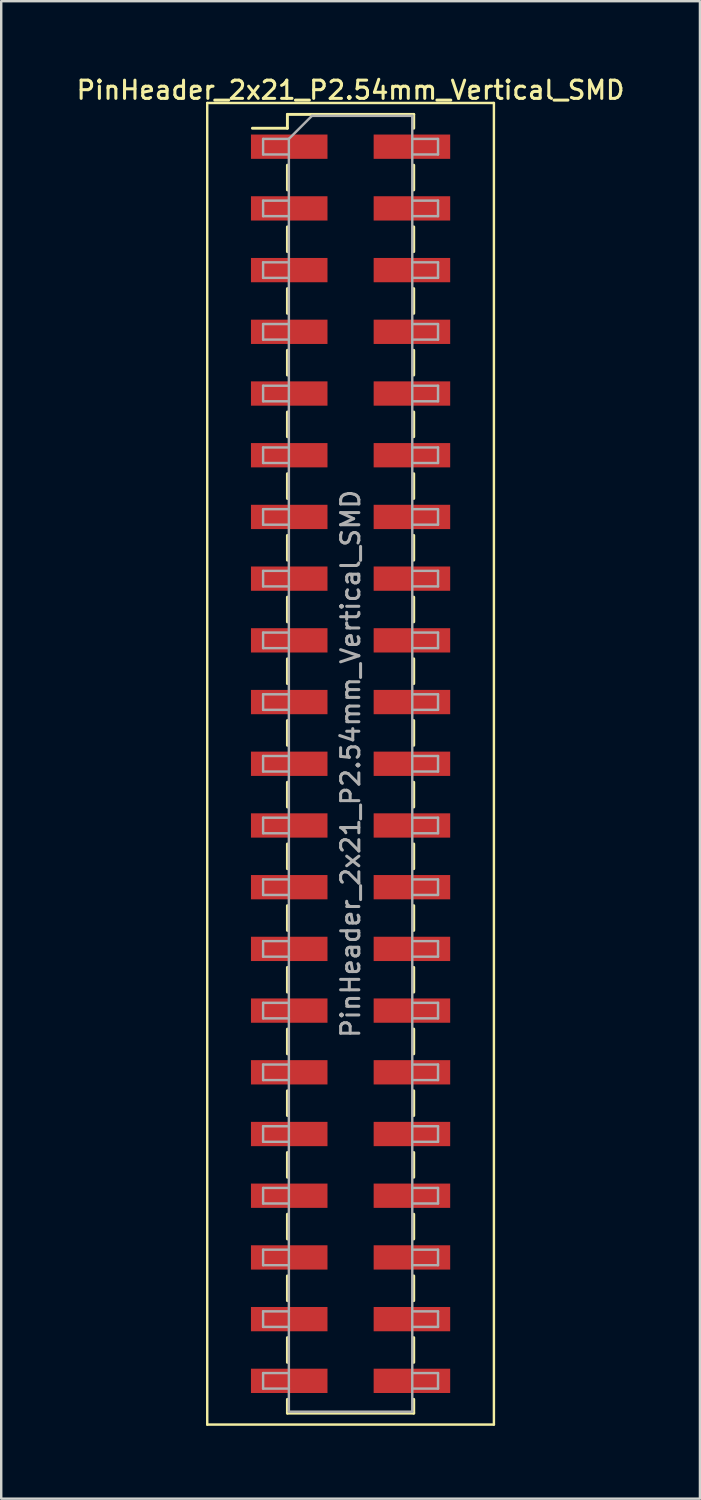
<source format=kicad_pcb>
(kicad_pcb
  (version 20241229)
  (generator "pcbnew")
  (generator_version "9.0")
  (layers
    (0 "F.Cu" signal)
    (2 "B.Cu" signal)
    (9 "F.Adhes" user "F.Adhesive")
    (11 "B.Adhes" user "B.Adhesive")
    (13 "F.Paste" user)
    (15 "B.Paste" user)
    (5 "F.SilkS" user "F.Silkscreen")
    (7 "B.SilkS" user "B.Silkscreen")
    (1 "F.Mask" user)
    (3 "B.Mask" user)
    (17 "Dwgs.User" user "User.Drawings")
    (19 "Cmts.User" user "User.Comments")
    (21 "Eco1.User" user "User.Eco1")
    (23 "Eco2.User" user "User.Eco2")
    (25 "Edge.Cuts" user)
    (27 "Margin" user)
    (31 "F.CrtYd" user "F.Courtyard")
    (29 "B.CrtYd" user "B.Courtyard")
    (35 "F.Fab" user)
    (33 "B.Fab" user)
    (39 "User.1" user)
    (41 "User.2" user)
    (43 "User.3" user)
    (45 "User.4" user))
  (footprint "PinHeader_2x21_P2.54mm_Vertical_SMD"
    (layer "F.Cu")
    (at 11.38 28.388)
    (property "Reference" "PinHeader_2x21_P2.54mm_Vertical_SMD" (at 0 -27.73 0) (layer "F.SilkS") (effects (font (size 0.75 0.75) (thickness 0.125))))
    (attr smd)
    (fp_line (start -5.9 -27.2) (end -5.9 27.2) (stroke (width 0.1) (type solid)) (layer "F.SilkS"))
    (fp_line (start -5.9 27.2) (end 5.9 27.2) (stroke (width 0.1) (type solid)) (layer "F.SilkS"))
    (fp_line (start -4.04 -26.16) (end -2.6 -26.16) (stroke (width 0.12) (type solid)) (layer "F.SilkS"))
    (fp_line (start -2.6 -26.73) (end -2.6 -26.16) (stroke (width 0.12) (type solid)) (layer "F.SilkS"))
    (fp_line (start -2.6 -26.73) (end 2.6 -26.73) (stroke (width 0.12) (type solid)) (layer "F.SilkS"))
    (fp_line (start -2.6 -24.64) (end -2.6 -23.62) (stroke (width 0.12) (type solid)) (layer "F.SilkS"))
    (fp_line (start -2.6 -22.1) (end -2.6 -21.08) (stroke (width 0.12) (type solid)) (layer "F.SilkS"))
    (fp_line (start -2.6 -19.56) (end -2.6 -18.54) (stroke (width 0.12) (type solid)) (layer "F.SilkS"))
    (fp_line (start -2.6 -17.02) (end -2.6 -16) (stroke (width 0.12) (type solid)) (layer "F.SilkS"))
    (fp_line (start -2.6 -14.48) (end -2.6 -13.46) (stroke (width 0.12) (type solid)) (layer "F.SilkS"))
    (fp_line (start -2.6 -11.94) (end -2.6 -10.92) (stroke (width 0.12) (type solid)) (layer "F.SilkS"))
    (fp_line (start -2.6 -9.4) (end -2.6 -8.38) (stroke (width 0.12) (type solid)) (layer "F.SilkS"))
    (fp_line (start -2.6 -6.86) (end -2.6 -5.84) (stroke (width 0.12) (type solid)) (layer "F.SilkS"))
    (fp_line (start -2.6 -4.32) (end -2.6 -3.3) (stroke (width 0.12) (type solid)) (layer "F.SilkS"))
    (fp_line (start -2.6 -1.78) (end -2.6 -0.76) (stroke (width 0.12) (type solid)) (layer "F.SilkS"))
    (fp_line (start -2.6 0.76) (end -2.6 1.78) (stroke (width 0.12) (type solid)) (layer "F.SilkS"))
    (fp_line (start -2.6 3.3) (end -2.6 4.32) (stroke (width 0.12) (type solid)) (layer "F.SilkS"))
    (fp_line (start -2.6 5.84) (end -2.6 6.86) (stroke (width 0.12) (type solid)) (layer "F.SilkS"))
    (fp_line (start -2.6 8.38) (end -2.6 9.4) (stroke (width 0.12) (type solid)) (layer "F.SilkS"))
    (fp_line (start -2.6 10.92) (end -2.6 11.94) (stroke (width 0.12) (type solid)) (layer "F.SilkS"))
    (fp_line (start -2.6 13.46) (end -2.6 14.48) (stroke (width 0.12) (type solid)) (layer "F.SilkS"))
    (fp_line (start -2.6 16) (end -2.6 17.02) (stroke (width 0.12) (type solid)) (layer "F.SilkS"))
    (fp_line (start -2.6 18.54) (end -2.6 19.56) (stroke (width 0.12) (type solid)) (layer "F.SilkS"))
    (fp_line (start -2.6 21.08) (end -2.6 22.1) (stroke (width 0.12) (type solid)) (layer "F.SilkS"))
    (fp_line (start -2.6 23.62) (end -2.6 24.64) (stroke (width 0.12) (type solid)) (layer "F.SilkS"))
    (fp_line (start -2.6 26.16) (end -2.6 26.73) (stroke (width 0.12) (type solid)) (layer "F.SilkS"))
    (fp_line (start -2.6 26.73) (end 2.6 26.73) (stroke (width 0.12) (type solid)) (layer "F.SilkS"))
    (fp_line (start 2.6 -26.73) (end 2.6 -26.16) (stroke (width 0.12) (type solid)) (layer "F.SilkS"))
    (fp_line (start 2.6 -24.64) (end 2.6 -23.62) (stroke (width 0.12) (type solid)) (layer "F.SilkS"))
    (fp_line (start 2.6 -22.1) (end 2.6 -21.08) (stroke (width 0.12) (type solid)) (layer "F.SilkS"))
    (fp_line (start 2.6 -19.56) (end 2.6 -18.54) (stroke (width 0.12) (type solid)) (layer "F.SilkS"))
    (fp_line (start 2.6 -17.02) (end 2.6 -16) (stroke (width 0.12) (type solid)) (layer "F.SilkS"))
    (fp_line (start 2.6 -14.48) (end 2.6 -13.46) (stroke (width 0.12) (type solid)) (layer "F.SilkS"))
    (fp_line (start 2.6 -11.94) (end 2.6 -10.92) (stroke (width 0.12) (type solid)) (layer "F.SilkS"))
    (fp_line (start 2.6 -9.4) (end 2.6 -8.38) (stroke (width 0.12) (type solid)) (layer "F.SilkS"))
    (fp_line (start 2.6 -6.86) (end 2.6 -5.84) (stroke (width 0.12) (type solid)) (layer "F.SilkS"))
    (fp_line (start 2.6 -4.32) (end 2.6 -3.3) (stroke (width 0.12) (type solid)) (layer "F.SilkS"))
    (fp_line (start 2.6 -1.78) (end 2.6 -0.76) (stroke (width 0.12) (type solid)) (layer "F.SilkS"))
    (fp_line (start 2.6 0.76) (end 2.6 1.78) (stroke (width 0.12) (type solid)) (layer "F.SilkS"))
    (fp_line (start 2.6 3.3) (end 2.6 4.32) (stroke (width 0.12) (type solid)) (layer "F.SilkS"))
    (fp_line (start 2.6 5.84) (end 2.6 6.86) (stroke (width 0.12) (type solid)) (layer "F.SilkS"))
    (fp_line (start 2.6 8.38) (end 2.6 9.4) (stroke (width 0.12) (type solid)) (layer "F.SilkS"))
    (fp_line (start 2.6 10.92) (end 2.6 11.94) (stroke (width 0.12) (type solid)) (layer "F.SilkS"))
    (fp_line (start 2.6 13.46) (end 2.6 14.48) (stroke (width 0.12) (type solid)) (layer "F.SilkS"))
    (fp_line (start 2.6 16) (end 2.6 17.02) (stroke (width 0.12) (type solid)) (layer "F.SilkS"))
    (fp_line (start 2.6 18.54) (end 2.6 19.56) (stroke (width 0.12) (type solid)) (layer "F.SilkS"))
    (fp_line (start 2.6 21.08) (end 2.6 22.1) (stroke (width 0.12) (type solid)) (layer "F.SilkS"))
    (fp_line (start 2.6 23.62) (end 2.6 24.64) (stroke (width 0.12) (type solid)) (layer "F.SilkS"))
    (fp_line (start 2.6 26.16) (end 2.6 26.73) (stroke (width 0.12) (type solid)) (layer "F.SilkS"))
    (fp_line (start 5.9 -27.2) (end -5.9 -27.2) (stroke (width 0.1) (type solid)) (layer "F.SilkS"))
    (fp_line (start 5.9 27.2) (end 5.9 -27.2) (stroke (width 0.1) (type solid)) (layer "F.SilkS"))
    (fp_line (start -3.6 -25.72) (end -3.6 -25.08) (stroke (width 0.1) (type solid)) (layer "F.Fab"))
    (fp_line (start -3.6 -25.08) (end -2.54 -25.08) (stroke (width 0.1) (type solid)) (layer "F.Fab"))
    (fp_line (start -3.6 -23.18) (end -3.6 -22.54) (stroke (width 0.1) (type solid)) (layer "F.Fab"))
    (fp_line (start -3.6 -22.54) (end -2.54 -22.54) (stroke (width 0.1) (type solid)) (layer "F.Fab"))
    (fp_line (start -3.6 -20.64) (end -3.6 -20) (stroke (width 0.1) (type solid)) (layer "F.Fab"))
    (fp_line (start -3.6 -20) (end -2.54 -20) (stroke (width 0.1) (type solid)) (layer "F.Fab"))
    (fp_line (start -3.6 -18.1) (end -3.6 -17.46) (stroke (width 0.1) (type solid)) (layer "F.Fab"))
    (fp_line (start -3.6 -17.46) (end -2.54 -17.46) (stroke (width 0.1) (type solid)) (layer "F.Fab"))
    (fp_line (start -3.6 -15.56) (end -3.6 -14.92) (stroke (width 0.1) (type solid)) (layer "F.Fab"))
    (fp_line (start -3.6 -14.92) (end -2.54 -14.92) (stroke (width 0.1) (type solid)) (layer "F.Fab"))
    (fp_line (start -3.6 -13.02) (end -3.6 -12.38) (stroke (width 0.1) (type solid)) (layer "F.Fab"))
    (fp_line (start -3.6 -12.38) (end -2.54 -12.38) (stroke (width 0.1) (type solid)) (layer "F.Fab"))
    (fp_line (start -3.6 -10.48) (end -3.6 -9.84) (stroke (width 0.1) (type solid)) (layer "F.Fab"))
    (fp_line (start -3.6 -9.84) (end -2.54 -9.84) (stroke (width 0.1) (type solid)) (layer "F.Fab"))
    (fp_line (start -3.6 -7.94) (end -3.6 -7.3) (stroke (width 0.1) (type solid)) (layer "F.Fab"))
    (fp_line (start -3.6 -7.3) (end -2.54 -7.3) (stroke (width 0.1) (type solid)) (layer "F.Fab"))
    (fp_line (start -3.6 -5.4) (end -3.6 -4.76) (stroke (width 0.1) (type solid)) (layer "F.Fab"))
    (fp_line (start -3.6 -4.76) (end -2.54 -4.76) (stroke (width 0.1) (type solid)) (layer "F.Fab"))
    (fp_line (start -3.6 -2.86) (end -3.6 -2.22) (stroke (width 0.1) (type solid)) (layer "F.Fab"))
    (fp_line (start -3.6 -2.22) (end -2.54 -2.22) (stroke (width 0.1) (type solid)) (layer "F.Fab"))
    (fp_line (start -3.6 -0.32) (end -3.6 0.32) (stroke (width 0.1) (type solid)) (layer "F.Fab"))
    (fp_line (start -3.6 0.32) (end -2.54 0.32) (stroke (width 0.1) (type solid)) (layer "F.Fab"))
    (fp_line (start -3.6 2.22) (end -3.6 2.86) (stroke (width 0.1) (type solid)) (layer "F.Fab"))
    (fp_line (start -3.6 2.86) (end -2.54 2.86) (stroke (width 0.1) (type solid)) (layer "F.Fab"))
    (fp_line (start -3.6 4.76) (end -3.6 5.4) (stroke (width 0.1) (type solid)) (layer "F.Fab"))
    (fp_line (start -3.6 5.4) (end -2.54 5.4) (stroke (width 0.1) (type solid)) (layer "F.Fab"))
    (fp_line (start -3.6 7.3) (end -3.6 7.94) (stroke (width 0.1) (type solid)) (layer "F.Fab"))
    (fp_line (start -3.6 7.94) (end -2.54 7.94) (stroke (width 0.1) (type solid)) (layer "F.Fab"))
    (fp_line (start -3.6 9.84) (end -3.6 10.48) (stroke (width 0.1) (type solid)) (layer "F.Fab"))
    (fp_line (start -3.6 10.48) (end -2.54 10.48) (stroke (width 0.1) (type solid)) (layer "F.Fab"))
    (fp_line (start -3.6 12.38) (end -3.6 13.02) (stroke (width 0.1) (type solid)) (layer "F.Fab"))
    (fp_line (start -3.6 13.02) (end -2.54 13.02) (stroke (width 0.1) (type solid)) (layer "F.Fab"))
    (fp_line (start -3.6 14.92) (end -3.6 15.56) (stroke (width 0.1) (type solid)) (layer "F.Fab"))
    (fp_line (start -3.6 15.56) (end -2.54 15.56) (stroke (width 0.1) (type solid)) (layer "F.Fab"))
    (fp_line (start -3.6 17.46) (end -3.6 18.1) (stroke (width 0.1) (type solid)) (layer "F.Fab"))
    (fp_line (start -3.6 18.1) (end -2.54 18.1) (stroke (width 0.1) (type solid)) (layer "F.Fab"))
    (fp_line (start -3.6 20) (end -3.6 20.64) (stroke (width 0.1) (type solid)) (layer "F.Fab"))
    (fp_line (start -3.6 20.64) (end -2.54 20.64) (stroke (width 0.1) (type solid)) (layer "F.Fab"))
    (fp_line (start -3.6 22.54) (end -3.6 23.18) (stroke (width 0.1) (type solid)) (layer "F.Fab"))
    (fp_line (start -3.6 23.18) (end -2.54 23.18) (stroke (width 0.1) (type solid)) (layer "F.Fab"))
    (fp_line (start -3.6 25.08) (end -3.6 25.72) (stroke (width 0.1) (type solid)) (layer "F.Fab"))
    (fp_line (start -3.6 25.72) (end -2.54 25.72) (stroke (width 0.1) (type solid)) (layer "F.Fab"))
    (fp_line (start -2.54 -25.72) (end -3.6 -25.72) (stroke (width 0.1) (type solid)) (layer "F.Fab"))
    (fp_line (start -2.54 -25.72) (end -1.59 -26.67) (stroke (width 0.1) (type solid)) (layer "F.Fab"))
    (fp_line (start -2.54 -23.18) (end -3.6 -23.18) (stroke (width 0.1) (type solid)) (layer "F.Fab"))
    (fp_line (start -2.54 -20.64) (end -3.6 -20.64) (stroke (width 0.1) (type solid)) (layer "F.Fab"))
    (fp_line (start -2.54 -18.1) (end -3.6 -18.1) (stroke (width 0.1) (type solid)) (layer "F.Fab"))
    (fp_line (start -2.54 -15.56) (end -3.6 -15.56) (stroke (width 0.1) (type solid)) (layer "F.Fab"))
    (fp_line (start -2.54 -13.02) (end -3.6 -13.02) (stroke (width 0.1) (type solid)) (layer "F.Fab"))
    (fp_line (start -2.54 -10.48) (end -3.6 -10.48) (stroke (width 0.1) (type solid)) (layer "F.Fab"))
    (fp_line (start -2.54 -7.94) (end -3.6 -7.94) (stroke (width 0.1) (type solid)) (layer "F.Fab"))
    (fp_line (start -2.54 -5.4) (end -3.6 -5.4) (stroke (width 0.1) (type solid)) (layer "F.Fab"))
    (fp_line (start -2.54 -2.86) (end -3.6 -2.86) (stroke (width 0.1) (type solid)) (layer "F.Fab"))
    (fp_line (start -2.54 -0.32) (end -3.6 -0.32) (stroke (width 0.1) (type solid)) (layer "F.Fab"))
    (fp_line (start -2.54 2.22) (end -3.6 2.22) (stroke (width 0.1) (type solid)) (layer "F.Fab"))
    (fp_line (start -2.54 4.76) (end -3.6 4.76) (stroke (width 0.1) (type solid)) (layer "F.Fab"))
    (fp_line (start -2.54 7.3) (end -3.6 7.3) (stroke (width 0.1) (type solid)) (layer "F.Fab"))
    (fp_line (start -2.54 9.84) (end -3.6 9.84) (stroke (width 0.1) (type solid)) (layer "F.Fab"))
    (fp_line (start -2.54 12.38) (end -3.6 12.38) (stroke (width 0.1) (type solid)) (layer "F.Fab"))
    (fp_line (start -2.54 14.92) (end -3.6 14.92) (stroke (width 0.1) (type solid)) (layer "F.Fab"))
    (fp_line (start -2.54 17.46) (end -3.6 17.46) (stroke (width 0.1) (type solid)) (layer "F.Fab"))
    (fp_line (start -2.54 20) (end -3.6 20) (stroke (width 0.1) (type solid)) (layer "F.Fab"))
    (fp_line (start -2.54 22.54) (end -3.6 22.54) (stroke (width 0.1) (type solid)) (layer "F.Fab"))
    (fp_line (start -2.54 25.08) (end -3.6 25.08) (stroke (width 0.1) (type solid)) (layer "F.Fab"))
    (fp_line (start -2.54 26.67) (end -2.54 -25.72) (stroke (width 0.1) (type solid)) (layer "F.Fab"))
    (fp_line (start -1.59 -26.67) (end 2.54 -26.67) (stroke (width 0.1) (type solid)) (layer "F.Fab"))
    (fp_line (start 2.54 -26.67) (end 2.54 26.67) (stroke (width 0.1) (type solid)) (layer "F.Fab"))
    (fp_line (start 2.54 -25.72) (end 3.6 -25.72) (stroke (width 0.1) (type solid)) (layer "F.Fab"))
    (fp_line (start 2.54 -23.18) (end 3.6 -23.18) (stroke (width 0.1) (type solid)) (layer "F.Fab"))
    (fp_line (start 2.54 -20.64) (end 3.6 -20.64) (stroke (width 0.1) (type solid)) (layer "F.Fab"))
    (fp_line (start 2.54 -18.1) (end 3.6 -18.1) (stroke (width 0.1) (type solid)) (layer "F.Fab"))
    (fp_line (start 2.54 -15.56) (end 3.6 -15.56) (stroke (width 0.1) (type solid)) (layer "F.Fab"))
    (fp_line (start 2.54 -13.02) (end 3.6 -13.02) (stroke (width 0.1) (type solid)) (layer "F.Fab"))
    (fp_line (start 2.54 -10.48) (end 3.6 -10.48) (stroke (width 0.1) (type solid)) (layer "F.Fab"))
    (fp_line (start 2.54 -7.94) (end 3.6 -7.94) (stroke (width 0.1) (type solid)) (layer "F.Fab"))
    (fp_line (start 2.54 -5.4) (end 3.6 -5.4) (stroke (width 0.1) (type solid)) (layer "F.Fab"))
    (fp_line (start 2.54 -2.86) (end 3.6 -2.86) (stroke (width 0.1) (type solid)) (layer "F.Fab"))
    (fp_line (start 2.54 -0.32) (end 3.6 -0.32) (stroke (width 0.1) (type solid)) (layer "F.Fab"))
    (fp_line (start 2.54 2.22) (end 3.6 2.22) (stroke (width 0.1) (type solid)) (layer "F.Fab"))
    (fp_line (start 2.54 4.76) (end 3.6 4.76) (stroke (width 0.1) (type solid)) (layer "F.Fab"))
    (fp_line (start 2.54 7.3) (end 3.6 7.3) (stroke (width 0.1) (type solid)) (layer "F.Fab"))
    (fp_line (start 2.54 9.84) (end 3.6 9.84) (stroke (width 0.1) (type solid)) (layer "F.Fab"))
    (fp_line (start 2.54 12.38) (end 3.6 12.38) (stroke (width 0.1) (type solid)) (layer "F.Fab"))
    (fp_line (start 2.54 14.92) (end 3.6 14.92) (stroke (width 0.1) (type solid)) (layer "F.Fab"))
    (fp_line (start 2.54 17.46) (end 3.6 17.46) (stroke (width 0.1) (type solid)) (layer "F.Fab"))
    (fp_line (start 2.54 20) (end 3.6 20) (stroke (width 0.1) (type solid)) (layer "F.Fab"))
    (fp_line (start 2.54 22.54) (end 3.6 22.54) (stroke (width 0.1) (type solid)) (layer "F.Fab"))
    (fp_line (start 2.54 25.08) (end 3.6 25.08) (stroke (width 0.1) (type solid)) (layer "F.Fab"))
    (fp_line (start 2.54 26.67) (end -2.54 26.67) (stroke (width 0.1) (type solid)) (layer "F.Fab"))
    (fp_line (start 3.6 -25.72) (end 3.6 -25.08) (stroke (width 0.1) (type solid)) (layer "F.Fab"))
    (fp_line (start 3.6 -25.08) (end 2.54 -25.08) (stroke (width 0.1) (type solid)) (layer "F.Fab"))
    (fp_line (start 3.6 -23.18) (end 3.6 -22.54) (stroke (width 0.1) (type solid)) (layer "F.Fab"))
    (fp_line (start 3.6 -22.54) (end 2.54 -22.54) (stroke (width 0.1) (type solid)) (layer "F.Fab"))
    (fp_line (start 3.6 -20.64) (end 3.6 -20) (stroke (width 0.1) (type solid)) (layer "F.Fab"))
    (fp_line (start 3.6 -20) (end 2.54 -20) (stroke (width 0.1) (type solid)) (layer "F.Fab"))
    (fp_line (start 3.6 -18.1) (end 3.6 -17.46) (stroke (width 0.1) (type solid)) (layer "F.Fab"))
    (fp_line (start 3.6 -17.46) (end 2.54 -17.46) (stroke (width 0.1) (type solid)) (layer "F.Fab"))
    (fp_line (start 3.6 -15.56) (end 3.6 -14.92) (stroke (width 0.1) (type solid)) (layer "F.Fab"))
    (fp_line (start 3.6 -14.92) (end 2.54 -14.92) (stroke (width 0.1) (type solid)) (layer "F.Fab"))
    (fp_line (start 3.6 -13.02) (end 3.6 -12.38) (stroke (width 0.1) (type solid)) (layer "F.Fab"))
    (fp_line (start 3.6 -12.38) (end 2.54 -12.38) (stroke (width 0.1) (type solid)) (layer "F.Fab"))
    (fp_line (start 3.6 -10.48) (end 3.6 -9.84) (stroke (width 0.1) (type solid)) (layer "F.Fab"))
    (fp_line (start 3.6 -9.84) (end 2.54 -9.84) (stroke (width 0.1) (type solid)) (layer "F.Fab"))
    (fp_line (start 3.6 -7.94) (end 3.6 -7.3) (stroke (width 0.1) (type solid)) (layer "F.Fab"))
    (fp_line (start 3.6 -7.3) (end 2.54 -7.3) (stroke (width 0.1) (type solid)) (layer "F.Fab"))
    (fp_line (start 3.6 -5.4) (end 3.6 -4.76) (stroke (width 0.1) (type solid)) (layer "F.Fab"))
    (fp_line (start 3.6 -4.76) (end 2.54 -4.76) (stroke (width 0.1) (type solid)) (layer "F.Fab"))
    (fp_line (start 3.6 -2.86) (end 3.6 -2.22) (stroke (width 0.1) (type solid)) (layer "F.Fab"))
    (fp_line (start 3.6 -2.22) (end 2.54 -2.22) (stroke (width 0.1) (type solid)) (layer "F.Fab"))
    (fp_line (start 3.6 -0.32) (end 3.6 0.32) (stroke (width 0.1) (type solid)) (layer "F.Fab"))
    (fp_line (start 3.6 0.32) (end 2.54 0.32) (stroke (width 0.1) (type solid)) (layer "F.Fab"))
    (fp_line (start 3.6 2.22) (end 3.6 2.86) (stroke (width 0.1) (type solid)) (layer "F.Fab"))
    (fp_line (start 3.6 2.86) (end 2.54 2.86) (stroke (width 0.1) (type solid)) (layer "F.Fab"))
    (fp_line (start 3.6 4.76) (end 3.6 5.4) (stroke (width 0.1) (type solid)) (layer "F.Fab"))
    (fp_line (start 3.6 5.4) (end 2.54 5.4) (stroke (width 0.1) (type solid)) (layer "F.Fab"))
    (fp_line (start 3.6 7.3) (end 3.6 7.94) (stroke (width 0.1) (type solid)) (layer "F.Fab"))
    (fp_line (start 3.6 7.94) (end 2.54 7.94) (stroke (width 0.1) (type solid)) (layer "F.Fab"))
    (fp_line (start 3.6 9.84) (end 3.6 10.48) (stroke (width 0.1) (type solid)) (layer "F.Fab"))
    (fp_line (start 3.6 10.48) (end 2.54 10.48) (stroke (width 0.1) (type solid)) (layer "F.Fab"))
    (fp_line (start 3.6 12.38) (end 3.6 13.02) (stroke (width 0.1) (type solid)) (layer "F.Fab"))
    (fp_line (start 3.6 13.02) (end 2.54 13.02) (stroke (width 0.1) (type solid)) (layer "F.Fab"))
    (fp_line (start 3.6 14.92) (end 3.6 15.56) (stroke (width 0.1) (type solid)) (layer "F.Fab"))
    (fp_line (start 3.6 15.56) (end 2.54 15.56) (stroke (width 0.1) (type solid)) (layer "F.Fab"))
    (fp_line (start 3.6 17.46) (end 3.6 18.1) (stroke (width 0.1) (type solid)) (layer "F.Fab"))
    (fp_line (start 3.6 18.1) (end 2.54 18.1) (stroke (width 0.1) (type solid)) (layer "F.Fab"))
    (fp_line (start 3.6 20) (end 3.6 20.64) (stroke (width 0.1) (type solid)) (layer "F.Fab"))
    (fp_line (start 3.6 20.64) (end 2.54 20.64) (stroke (width 0.1) (type solid)) (layer "F.Fab"))
    (fp_line (start 3.6 22.54) (end 3.6 23.18) (stroke (width 0.1) (type solid)) (layer "F.Fab"))
    (fp_line (start 3.6 23.18) (end 2.54 23.18) (stroke (width 0.1) (type solid)) (layer "F.Fab"))
    (fp_line (start 3.6 25.08) (end 3.6 25.72) (stroke (width 0.1) (type solid)) (layer "F.Fab"))
    (fp_line (start 3.6 25.72) (end 2.54 25.72) (stroke (width 0.1) (type solid)) (layer "F.Fab"))
    (fp_text user "${REFERENCE}" (at 0 0 90) (layer "F.Fab") (effects (font (size 0.75 0.75) (thickness 0.125))))
    (pad "1" smd rect (at -2.525 -25.4) (size 3.15 1) (layers "F.Cu" "F.Mask" "F.Paste"))
    (pad "2" smd rect (at 2.525 -25.4) (size 3.15 1) (layers "F.Cu" "F.Mask" "F.Paste"))
    (pad "3" smd rect (at -2.525 -22.86) (size 3.15 1) (layers "F.Cu" "F.Mask" "F.Paste"))
    (pad "4" smd rect (at 2.525 -22.86) (size 3.15 1) (layers "F.Cu" "F.Mask" "F.Paste"))
    (pad "5" smd rect (at -2.525 -20.32) (size 3.15 1) (layers "F.Cu" "F.Mask" "F.Paste"))
    (pad "6" smd rect (at 2.525 -20.32) (size 3.15 1) (layers "F.Cu" "F.Mask" "F.Paste"))
    (pad "7" smd rect (at -2.525 -17.78) (size 3.15 1) (layers "F.Cu" "F.Mask" "F.Paste"))
    (pad "8" smd rect (at 2.525 -17.78) (size 3.15 1) (layers "F.Cu" "F.Mask" "F.Paste"))
    (pad "9" smd rect (at -2.525 -15.24) (size 3.15 1) (layers "F.Cu" "F.Mask" "F.Paste"))
    (pad "10" smd rect (at 2.525 -15.24) (size 3.15 1) (layers "F.Cu" "F.Mask" "F.Paste"))
    (pad "11" smd rect (at -2.525 -12.7) (size 3.15 1) (layers "F.Cu" "F.Mask" "F.Paste"))
    (pad "12" smd rect (at 2.525 -12.7) (size 3.15 1) (layers "F.Cu" "F.Mask" "F.Paste"))
    (pad "13" smd rect (at -2.525 -10.16) (size 3.15 1) (layers "F.Cu" "F.Mask" "F.Paste"))
    (pad "14" smd rect (at 2.525 -10.16) (size 3.15 1) (layers "F.Cu" "F.Mask" "F.Paste"))
    (pad "15" smd rect (at -2.525 -7.62) (size 3.15 1) (layers "F.Cu" "F.Mask" "F.Paste"))
    (pad "16" smd rect (at 2.525 -7.62) (size 3.15 1) (layers "F.Cu" "F.Mask" "F.Paste"))
    (pad "17" smd rect (at -2.525 -5.08) (size 3.15 1) (layers "F.Cu" "F.Mask" "F.Paste"))
    (pad "18" smd rect (at 2.525 -5.08) (size 3.15 1) (layers "F.Cu" "F.Mask" "F.Paste"))
    (pad "19" smd rect (at -2.525 -2.54) (size 3.15 1) (layers "F.Cu" "F.Mask" "F.Paste"))
    (pad "20" smd rect (at 2.525 -2.54) (size 3.15 1) (layers "F.Cu" "F.Mask" "F.Paste"))
    (pad "21" smd rect (at -2.525 0) (size 3.15 1) (layers "F.Cu" "F.Mask" "F.Paste"))
    (pad "22" smd rect (at 2.525 0) (size 3.15 1) (layers "F.Cu" "F.Mask" "F.Paste"))
    (pad "23" smd rect (at -2.525 2.54) (size 3.15 1) (layers "F.Cu" "F.Mask" "F.Paste"))
    (pad "24" smd rect (at 2.525 2.54) (size 3.15 1) (layers "F.Cu" "F.Mask" "F.Paste"))
    (pad "25" smd rect (at -2.525 5.08) (size 3.15 1) (layers "F.Cu" "F.Mask" "F.Paste"))
    (pad "26" smd rect (at 2.525 5.08) (size 3.15 1) (layers "F.Cu" "F.Mask" "F.Paste"))
    (pad "27" smd rect (at -2.525 7.62) (size 3.15 1) (layers "F.Cu" "F.Mask" "F.Paste"))
    (pad "28" smd rect (at 2.525 7.62) (size 3.15 1) (layers "F.Cu" "F.Mask" "F.Paste"))
    (pad "29" smd rect (at -2.525 10.16) (size 3.15 1) (layers "F.Cu" "F.Mask" "F.Paste"))
    (pad "30" smd rect (at 2.525 10.16) (size 3.15 1) (layers "F.Cu" "F.Mask" "F.Paste"))
    (pad "31" smd rect (at -2.525 12.7) (size 3.15 1) (layers "F.Cu" "F.Mask" "F.Paste"))
    (pad "32" smd rect (at 2.525 12.7) (size 3.15 1) (layers "F.Cu" "F.Mask" "F.Paste"))
    (pad "33" smd rect (at -2.525 15.24) (size 3.15 1) (layers "F.Cu" "F.Mask" "F.Paste"))
    (pad "34" smd rect (at 2.525 15.24) (size 3.15 1) (layers "F.Cu" "F.Mask" "F.Paste"))
    (pad "35" smd rect (at -2.525 17.78) (size 3.15 1) (layers "F.Cu" "F.Mask" "F.Paste"))
    (pad "36" smd rect (at 2.525 17.78) (size 3.15 1) (layers "F.Cu" "F.Mask" "F.Paste"))
    (pad "37" smd rect (at -2.525 20.32) (size 3.15 1) (layers "F.Cu" "F.Mask" "F.Paste"))
    (pad "38" smd rect (at 2.525 20.32) (size 3.15 1) (layers "F.Cu" "F.Mask" "F.Paste"))
    (pad "39" smd rect (at -2.525 22.86) (size 3.15 1) (layers "F.Cu" "F.Mask" "F.Paste"))
    (pad "40" smd rect (at 2.525 22.86) (size 3.15 1) (layers "F.Cu" "F.Mask" "F.Paste"))
    (pad "41" smd rect (at -2.525 25.4) (size 3.15 1) (layers "F.Cu" "F.Mask" "F.Paste"))
    (pad "42" smd rect (at 2.525 25.4) (size 3.15 1) (layers "F.Cu" "F.Mask" "F.Paste")))
  (gr_rect
    (start -3 -3)
    (end 25.761 58.638)
    (stroke (width 0.1) (type default))
    (fill no)
    (layer "Edge.Cuts")))
</source>
